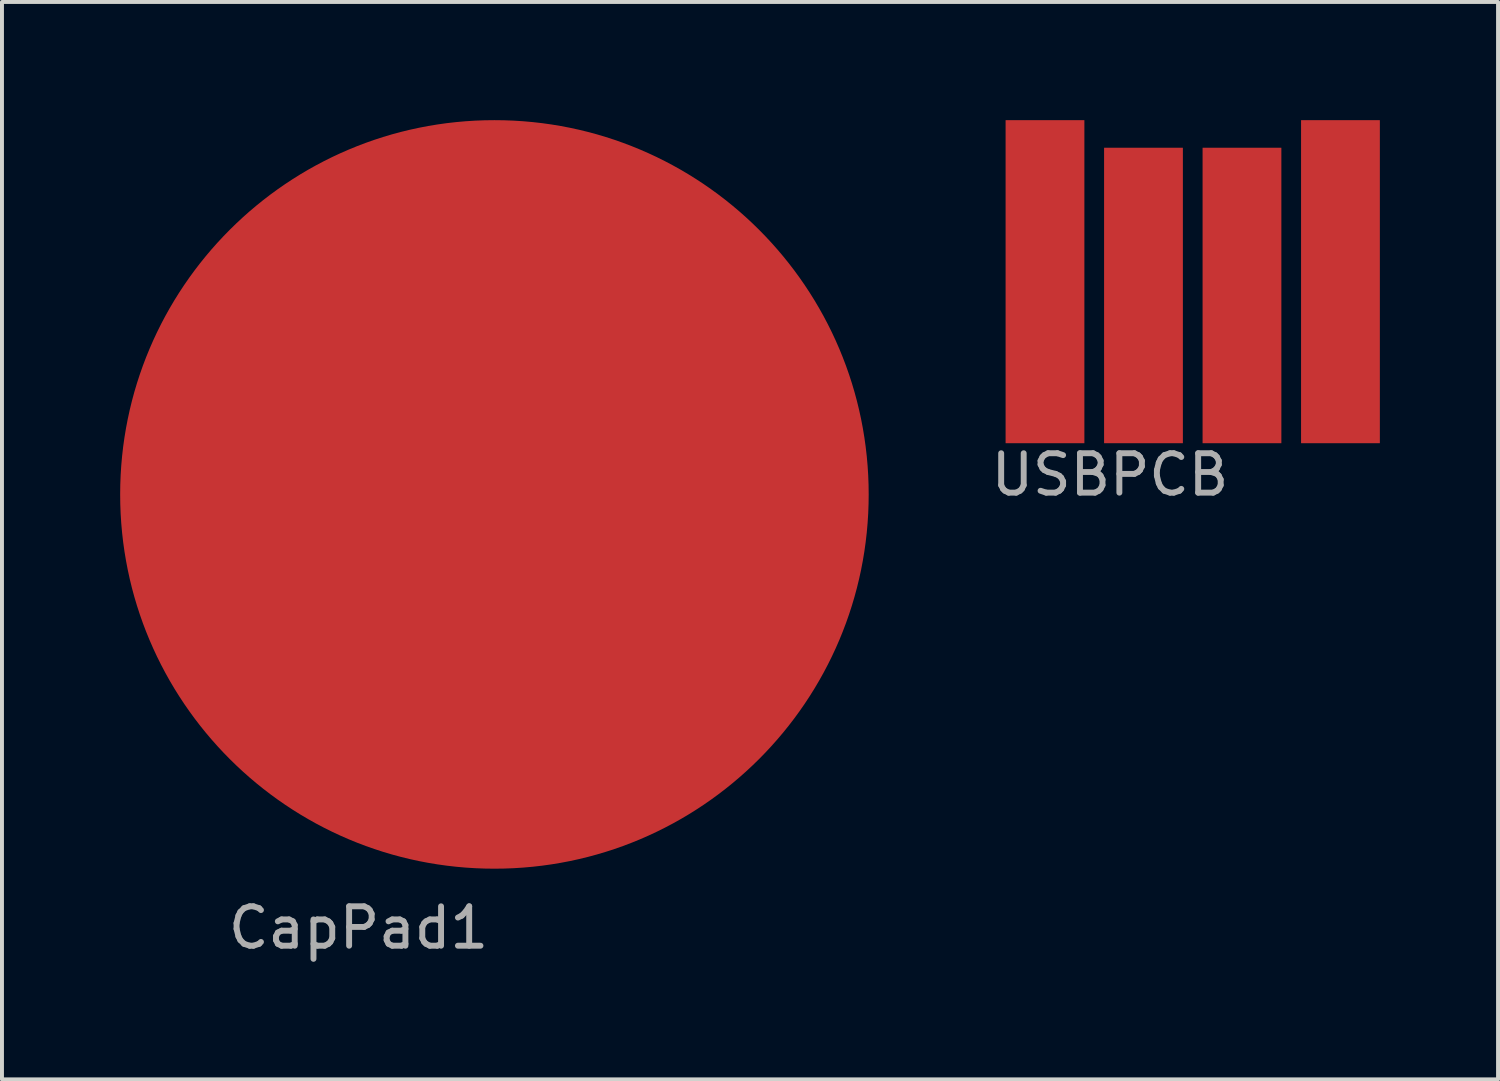
<source format=kicad_pcb>
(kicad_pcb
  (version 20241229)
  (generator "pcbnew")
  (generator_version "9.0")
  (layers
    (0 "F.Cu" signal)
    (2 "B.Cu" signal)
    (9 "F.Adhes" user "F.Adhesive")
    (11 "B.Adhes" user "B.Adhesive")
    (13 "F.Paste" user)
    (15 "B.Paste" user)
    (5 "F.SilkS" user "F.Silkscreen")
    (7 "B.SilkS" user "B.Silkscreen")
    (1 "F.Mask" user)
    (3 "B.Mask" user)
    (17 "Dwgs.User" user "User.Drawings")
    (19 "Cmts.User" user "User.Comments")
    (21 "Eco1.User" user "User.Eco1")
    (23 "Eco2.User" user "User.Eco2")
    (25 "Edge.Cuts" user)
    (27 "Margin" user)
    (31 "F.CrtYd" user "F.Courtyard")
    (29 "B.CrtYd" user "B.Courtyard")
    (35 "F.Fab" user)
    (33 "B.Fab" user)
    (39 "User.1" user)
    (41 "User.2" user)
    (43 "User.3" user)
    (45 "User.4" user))
  (footprint "CapPad1"
    (layer "F.Cu")
    (at 9.55 9.45)
    (property "Reference" "CapPad1" (at -3.5 11.05 0) (layer "F.Fab") (effects (font (size 1 1) (thickness 0.15))))
    (attr through_hole)
    (pad "1" smd circle (at -0.05 0.05) (size 19 19) (layers "F.Cu")))
  (footprint "USBPCB"
    (layer "F.Cu")
    (at 27.225 8.2)
    (property "Reference" "USBPCB" (at -2.1 0.8 0) (layer "F.Fab") (effects (font (size 1 1) (thickness 0.15))))
    (attr through_hole)
    (pad "1" smd rect (at -3.75 -4.1) (size 2 8.2) (layers "F.Cu" "F.Mask" "F.Paste"))
    (pad "2" smd rect (at -1.25 -3.75) (size 2 7.5) (layers "F.Cu" "F.Mask" "F.Paste"))
    (pad "3" smd rect (at 1.25 -3.75) (size 2 7.5) (layers "F.Cu" "F.Mask" "F.Paste"))
    (pad "4" smd rect (at 3.75 -4.1) (size 2 8.2) (layers "F.Cu" "F.Mask" "F.Paste")))
  (gr_rect
    (start -3 -3)
    (end 34.975 24.348)
    (stroke (width 0.1) (type default))
    (fill no)
    (layer "Edge.Cuts")))
</source>
